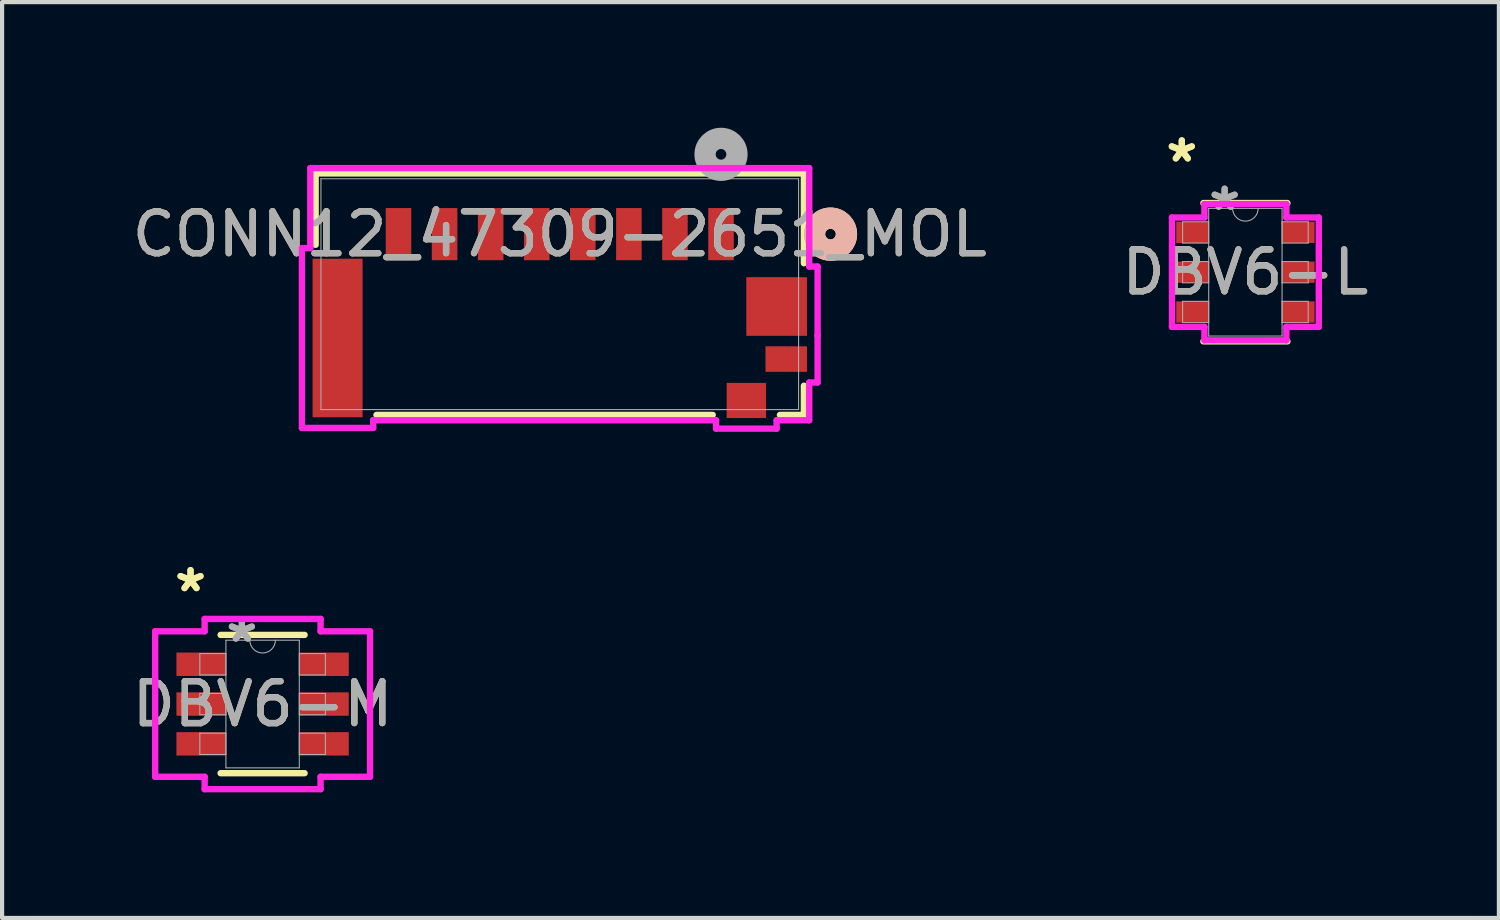
<source format=kicad_pcb>
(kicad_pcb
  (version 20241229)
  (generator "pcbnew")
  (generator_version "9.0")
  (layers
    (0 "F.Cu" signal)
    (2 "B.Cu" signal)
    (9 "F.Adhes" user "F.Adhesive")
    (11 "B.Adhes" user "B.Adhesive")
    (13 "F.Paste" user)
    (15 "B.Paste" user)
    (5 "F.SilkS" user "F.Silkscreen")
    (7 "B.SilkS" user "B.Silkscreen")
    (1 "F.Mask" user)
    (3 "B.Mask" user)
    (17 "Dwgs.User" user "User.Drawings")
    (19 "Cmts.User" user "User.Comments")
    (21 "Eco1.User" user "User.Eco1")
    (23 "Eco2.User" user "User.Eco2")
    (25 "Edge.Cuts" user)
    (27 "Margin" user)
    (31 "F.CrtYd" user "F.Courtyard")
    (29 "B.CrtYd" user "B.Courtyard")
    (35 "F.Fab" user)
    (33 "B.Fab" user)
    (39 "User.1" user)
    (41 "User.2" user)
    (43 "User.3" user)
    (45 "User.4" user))
  (footprint "CONN12_47309-2651_MOL"
    (layer "F.Cu")
    (at 10.315 3.974)
    (property "Reference" "CONN12_47309-2651_MOL" (at 0 -1.434 0) (unlocked yes) (layer "F.SilkS") (effects (font (size 1 1) (thickness 0.15))))
    (attr smd)
    (fp_line (start -5.829 -2.883) (end 5.829 -2.883) (stroke (width 0.152) (type solid)) (layer "F.SilkS"))
    (fp_line (start -5.829 -1.179) (end -5.829 -2.883) (stroke (width 0.152) (type solid)) (layer "F.SilkS"))
    (fp_line (start 3.652 2.883) (end -4.376 2.883) (stroke (width 0.152) (type solid)) (layer "F.SilkS"))
    (fp_line (start 5.829 -2.883) (end 5.829 -0.739) (stroke (width 0.152) (type solid)) (layer "F.SilkS"))
    (fp_line (start 5.829 2.186) (end 5.829 2.883) (stroke (width 0.152) (type solid)) (layer "F.SilkS"))
    (fp_line (start 5.829 2.883) (end 5.257 2.883) (stroke (width 0.152) (type solid)) (layer "F.SilkS"))
    (fp_circle (center 6.464 -1.434) (end 6.845 -1.434) (stroke (width 0.508) (type solid)) (fill no) (layer "F.SilkS"))
    (fp_circle (center 6.464 -1.434) (end 6.845 -1.434) (stroke (width 0.508) (type solid)) (fill no) (layer "B.SilkS"))
    (fp_line (start -6.156 -1.1) (end -6.156 3.193) (stroke (width 0.152) (type solid)) (layer "F.CrtYd"))
    (fp_line (start -6.156 3.193) (end -4.455 3.193) (stroke (width 0.152) (type solid)) (layer "F.CrtYd"))
    (fp_line (start -5.956 -3.01) (end -5.956 -1.1) (stroke (width 0.152) (type solid)) (layer "F.CrtYd"))
    (fp_line (start -5.956 -1.1) (end -6.156 -1.1) (stroke (width 0.152) (type solid)) (layer "F.CrtYd"))
    (fp_line (start -4.455 3.01) (end 3.731 3.01) (stroke (width 0.152) (type solid)) (layer "F.CrtYd"))
    (fp_line (start -4.455 3.193) (end -4.455 3.01) (stroke (width 0.152) (type solid)) (layer "F.CrtYd"))
    (fp_line (start 3.731 3.01) (end 3.731 3.21) (stroke (width 0.152) (type solid)) (layer "F.CrtYd"))
    (fp_line (start 3.731 3.21) (end 5.178 3.21) (stroke (width 0.152) (type solid)) (layer "F.CrtYd"))
    (fp_line (start 5.178 3.01) (end 5.956 3.01) (stroke (width 0.152) (type solid)) (layer "F.CrtYd"))
    (fp_line (start 5.178 3.21) (end 5.178 3.01) (stroke (width 0.152) (type solid)) (layer "F.CrtYd"))
    (fp_line (start 5.956 -3.01) (end -5.956 -3.01) (stroke (width 0.152) (type solid)) (layer "F.CrtYd"))
    (fp_line (start 5.956 -0.66) (end 5.956 -3.01) (stroke (width 0.152) (type solid)) (layer "F.CrtYd"))
    (fp_line (start 5.956 2.108) (end 6.156 2.108) (stroke (width 0.152) (type solid)) (layer "F.CrtYd"))
    (fp_line (start 5.956 3.01) (end 5.956 2.108) (stroke (width 0.152) (type solid)) (layer "F.CrtYd"))
    (fp_line (start 6.156 -0.66) (end 5.956 -0.66) (stroke (width 0.152) (type solid)) (layer "F.CrtYd"))
    (fp_line (start 6.156 0.99) (end 6.156 -0.66) (stroke (width 0.152) (type solid)) (layer "F.CrtYd"))
    (fp_line (start 6.156 0.99) (end 6.156 0.99) (stroke (width 0.152) (type solid)) (layer "F.CrtYd"))
    (fp_line (start 6.156 2.108) (end 6.156 0.99) (stroke (width 0.152) (type solid)) (layer "F.CrtYd"))
    (fp_line (start -5.702 -2.756) (end -5.702 2.756) (stroke (width 0.025) (type solid)) (layer "F.Fab"))
    (fp_line (start -5.702 2.756) (end 5.702 2.756) (stroke (width 0.025) (type solid)) (layer "F.Fab"))
    (fp_line (start 5.702 -2.756) (end -5.702 -2.756) (stroke (width 0.025) (type solid)) (layer "F.Fab"))
    (fp_line (start 5.702 2.756) (end 5.702 -2.756) (stroke (width 0.025) (type solid)) (layer "F.Fab"))
    (fp_circle (center 3.85 -3.339) (end 4.231 -3.339) (stroke (width 0.508) (type solid)) (fill no) (layer "F.Fab"))
    (fp_text user "${REFERENCE}" (at 0 -1.434 0) (unlocked yes) (layer "F.Fab") (effects (font (size 1 1) (thickness 0.15))))
    (pad "1" smd rect (at 3.85 -1.434) (size 0.61 1.245) (layers "F.Cu" "F.Mask" "F.Paste"))
    (pad "2" smd rect (at 2.75 -1.434) (size 0.61 1.245) (layers "F.Cu" "F.Mask" "F.Paste"))
    (pad "3" smd rect (at 1.65 -1.434) (size 0.61 1.245) (layers "F.Cu" "F.Mask" "F.Paste"))
    (pad "4" smd rect (at 0.55 -1.434) (size 0.61 1.245) (layers "F.Cu" "F.Mask" "F.Paste"))
    (pad "5" smd rect (at -0.55 -1.434) (size 0.61 1.245) (layers "F.Cu" "F.Mask" "F.Paste"))
    (pad "6" smd rect (at -1.65 -1.434) (size 0.61 1.245) (layers "F.Cu" "F.Mask" "F.Paste"))
    (pad "7" smd rect (at -2.75 -1.434) (size 0.61 1.245) (layers "F.Cu" "F.Mask" "F.Paste"))
    (pad "8" smd rect (at -3.85 -1.434) (size 0.61 1.245) (layers "F.Cu" "F.Mask" "F.Paste"))
    (pad "G1" smd rect (at -5.305 1.046) (size 1.194 3.785) (layers "F.Cu" "F.Mask" "F.Paste"))
    (pad "G2" smd rect (at 5.178 0.294) (size 1.448 1.4) (layers "F.Cu" "F.Mask" "F.Paste"))
    (pad "G3" smd rect (at 5.407 1.549) (size 0.991 0.61) (layers "F.Cu" "F.Mask" "F.Paste"))
    (pad "G4" smd rect (at 4.455 2.537) (size 0.94 0.838) (layers "F.Cu" "F.Mask" "F.Paste")))
  (footprint "DBV6-M"
    (layer "F.Cu")
    (at 3.22 13.76)
    (property "Reference" "DBV6-M" (at 0 0 0) (unlocked yes) (layer "F.SilkS") (effects (font (size 1 1) (thickness 0.15))))
    (attr smd)
    (fp_line (start -1.003 1.651) (end 1.003 1.651) (stroke (width 0.152) (type solid)) (layer "F.SilkS"))
    (fp_line (start 1.003 -1.651) (end -1.003 -1.651) (stroke (width 0.152) (type solid)) (layer "F.SilkS"))
    (fp_line (start -2.565 -1.737) (end -1.384 -1.737) (stroke (width 0.152) (type solid)) (layer "F.CrtYd"))
    (fp_line (start -2.565 1.737) (end -2.565 -1.737) (stroke (width 0.152) (type solid)) (layer "F.CrtYd"))
    (fp_line (start -2.565 1.737) (end -1.384 1.737) (stroke (width 0.152) (type solid)) (layer "F.CrtYd"))
    (fp_line (start -1.384 -2.032) (end 1.384 -2.032) (stroke (width 0.152) (type solid)) (layer "F.CrtYd"))
    (fp_line (start -1.384 -1.737) (end -1.384 -2.032) (stroke (width 0.152) (type solid)) (layer "F.CrtYd"))
    (fp_line (start -1.384 2.032) (end -1.384 1.737) (stroke (width 0.152) (type solid)) (layer "F.CrtYd"))
    (fp_line (start 1.384 -2.032) (end 1.384 -1.737) (stroke (width 0.152) (type solid)) (layer "F.CrtYd"))
    (fp_line (start 1.384 1.737) (end 1.384 2.032) (stroke (width 0.152) (type solid)) (layer "F.CrtYd"))
    (fp_line (start 1.384 2.032) (end -1.384 2.032) (stroke (width 0.152) (type solid)) (layer "F.CrtYd"))
    (fp_line (start 2.565 -1.737) (end 1.384 -1.737) (stroke (width 0.152) (type solid)) (layer "F.CrtYd"))
    (fp_line (start 2.565 -1.737) (end 2.565 1.737) (stroke (width 0.152) (type solid)) (layer "F.CrtYd"))
    (fp_line (start 2.565 1.737) (end 1.384 1.737) (stroke (width 0.152) (type solid)) (layer "F.CrtYd"))
    (fp_line (start -1.499 -1.204) (end -1.499 -0.696) (stroke (width 0.025) (type solid)) (layer "F.Fab"))
    (fp_line (start -1.499 -0.696) (end -0.876 -0.696) (stroke (width 0.025) (type solid)) (layer "F.Fab"))
    (fp_line (start -1.499 -0.254) (end -1.499 0.254) (stroke (width 0.025) (type solid)) (layer "F.Fab"))
    (fp_line (start -1.499 0.254) (end -0.876 0.254) (stroke (width 0.025) (type solid)) (layer "F.Fab"))
    (fp_line (start -1.499 0.696) (end -1.499 1.204) (stroke (width 0.025) (type solid)) (layer "F.Fab"))
    (fp_line (start -1.499 1.204) (end -0.876 1.204) (stroke (width 0.025) (type solid)) (layer "F.Fab"))
    (fp_line (start -0.876 -1.524) (end -0.876 1.524) (stroke (width 0.025) (type solid)) (layer "F.Fab"))
    (fp_line (start -0.876 -1.204) (end -1.499 -1.204) (stroke (width 0.025) (type solid)) (layer "F.Fab"))
    (fp_line (start -0.876 -0.696) (end -0.876 -1.204) (stroke (width 0.025) (type solid)) (layer "F.Fab"))
    (fp_line (start -0.876 -0.254) (end -1.499 -0.254) (stroke (width 0.025) (type solid)) (layer "F.Fab"))
    (fp_line (start -0.876 0.254) (end -0.876 -0.254) (stroke (width 0.025) (type solid)) (layer "F.Fab"))
    (fp_line (start -0.876 0.696) (end -1.499 0.696) (stroke (width 0.025) (type solid)) (layer "F.Fab"))
    (fp_line (start -0.876 1.204) (end -0.876 0.696) (stroke (width 0.025) (type solid)) (layer "F.Fab"))
    (fp_line (start -0.876 1.524) (end 0.876 1.524) (stroke (width 0.025) (type solid)) (layer "F.Fab"))
    (fp_line (start 0.876 -1.524) (end -0.876 -1.524) (stroke (width 0.025) (type solid)) (layer "F.Fab"))
    (fp_line (start 0.876 -1.204) (end 0.876 -0.696) (stroke (width 0.025) (type solid)) (layer "F.Fab"))
    (fp_line (start 0.876 -0.696) (end 1.499 -0.696) (stroke (width 0.025) (type solid)) (layer "F.Fab"))
    (fp_line (start 0.876 -0.254) (end 0.876 0.254) (stroke (width 0.025) (type solid)) (layer "F.Fab"))
    (fp_line (start 0.876 0.254) (end 1.499 0.254) (stroke (width 0.025) (type solid)) (layer "F.Fab"))
    (fp_line (start 0.876 0.696) (end 0.876 1.204) (stroke (width 0.025) (type solid)) (layer "F.Fab"))
    (fp_line (start 0.876 1.204) (end 1.499 1.204) (stroke (width 0.025) (type solid)) (layer "F.Fab"))
    (fp_line (start 0.876 1.524) (end 0.876 -1.524) (stroke (width 0.025) (type solid)) (layer "F.Fab"))
    (fp_line (start 1.499 -1.204) (end 0.876 -1.204) (stroke (width 0.025) (type solid)) (layer "F.Fab"))
    (fp_line (start 1.499 -0.696) (end 1.499 -1.204) (stroke (width 0.025) (type solid)) (layer "F.Fab"))
    (fp_line (start 1.499 -0.254) (end 0.876 -0.254) (stroke (width 0.025) (type solid)) (layer "F.Fab"))
    (fp_line (start 1.499 0.254) (end 1.499 -0.254) (stroke (width 0.025) (type solid)) (layer "F.Fab"))
    (fp_line (start 1.499 0.696) (end 0.876 0.696) (stroke (width 0.025) (type solid)) (layer "F.Fab"))
    (fp_line (start 1.499 1.204) (end 1.499 0.696) (stroke (width 0.025) (type solid)) (layer "F.Fab"))
    (fp_arc (start 0.3048 -1.524) (mid 0 -1.2192) (end -0.3048 -1.524) (stroke (width 0.0254) (type solid)) (layer "F.Fab"))
    (fp_text user "*" (at -1.721 -2.652 0) (unlocked yes) (layer "F.SilkS") (effects (font (size 1 1) (thickness 0.15))))
    (fp_text user "*" (at -1.721 -2.652 0) (layer "F.SilkS") (effects (font (size 1 1) (thickness 0.15))))
    (fp_text user "*" (at -0.495 -1.448 0) (layer "F.Fab") (effects (font (size 1 1) (thickness 0.15))))
    (fp_text user "${REFERENCE}" (at 0 0 0) (unlocked yes) (layer "F.Fab") (effects (font (size 1 1) (thickness 0.15))))
    (fp_text user "*" (at -0.495 -1.448 0) (unlocked yes) (layer "F.Fab") (effects (font (size 1 1) (thickness 0.15))))
    (pad "1" smd rect (at -1.467 -0.95) (size 1.181 0.559) (layers "F.Cu" "F.Mask" "F.Paste"))
    (pad "2" smd rect (at -1.467 0) (size 1.181 0.559) (layers "F.Cu" "F.Mask" "F.Paste"))
    (pad "3" smd rect (at -1.467 0.95) (size 1.181 0.559) (layers "F.Cu" "F.Mask" "F.Paste"))
    (pad "4" smd rect (at 1.467 0.95) (size 1.181 0.559) (layers "F.Cu" "F.Mask" "F.Paste"))
    (pad "5" smd rect (at 1.467 0) (size 1.181 0.559) (layers "F.Cu" "F.Mask" "F.Paste"))
    (pad "6" smd rect (at 1.467 -0.95) (size 1.181 0.559) (layers "F.Cu" "F.Mask" "F.Paste")))
  (footprint "DBV6-L"
    (layer "F.Cu")
    (at 26.685 3.449)
    (property "Reference" "DBV6-L" (at 0 0 0) (unlocked yes) (layer "F.SilkS") (effects (font (size 1 1) (thickness 0.15))))
    (attr smd)
    (fp_line (start -1.003 1.651) (end 1.003 1.651) (stroke (width 0.152) (type solid)) (layer "F.SilkS"))
    (fp_line (start 1.003 -1.651) (end -1.003 -1.651) (stroke (width 0.152) (type solid)) (layer "F.SilkS"))
    (fp_line (start -1.753 -1.306) (end -0.978 -1.306) (stroke (width 0.152) (type solid)) (layer "F.CrtYd"))
    (fp_line (start -1.753 1.306) (end -1.753 -1.306) (stroke (width 0.152) (type solid)) (layer "F.CrtYd"))
    (fp_line (start -1.753 1.306) (end -0.978 1.306) (stroke (width 0.152) (type solid)) (layer "F.CrtYd"))
    (fp_line (start -0.978 -1.626) (end 0.978 -1.626) (stroke (width 0.152) (type solid)) (layer "F.CrtYd"))
    (fp_line (start -0.978 -1.306) (end -0.978 -1.626) (stroke (width 0.152) (type solid)) (layer "F.CrtYd"))
    (fp_line (start -0.978 1.626) (end -0.978 1.306) (stroke (width 0.152) (type solid)) (layer "F.CrtYd"))
    (fp_line (start 0.978 -1.626) (end 0.978 -1.306) (stroke (width 0.152) (type solid)) (layer "F.CrtYd"))
    (fp_line (start 0.978 1.306) (end 0.978 1.626) (stroke (width 0.152) (type solid)) (layer "F.CrtYd"))
    (fp_line (start 0.978 1.626) (end -0.978 1.626) (stroke (width 0.152) (type solid)) (layer "F.CrtYd"))
    (fp_line (start 1.753 -1.306) (end 0.978 -1.306) (stroke (width 0.152) (type solid)) (layer "F.CrtYd"))
    (fp_line (start 1.753 -1.306) (end 1.753 1.306) (stroke (width 0.152) (type solid)) (layer "F.CrtYd"))
    (fp_line (start 1.753 1.306) (end 0.978 1.306) (stroke (width 0.152) (type solid)) (layer "F.CrtYd"))
    (fp_line (start -1.499 -1.204) (end -1.499 -0.696) (stroke (width 0.025) (type solid)) (layer "F.Fab"))
    (fp_line (start -1.499 -0.696) (end -0.876 -0.696) (stroke (width 0.025) (type solid)) (layer "F.Fab"))
    (fp_line (start -1.499 -0.254) (end -1.499 0.254) (stroke (width 0.025) (type solid)) (layer "F.Fab"))
    (fp_line (start -1.499 0.254) (end -0.876 0.254) (stroke (width 0.025) (type solid)) (layer "F.Fab"))
    (fp_line (start -1.499 0.696) (end -1.499 1.204) (stroke (width 0.025) (type solid)) (layer "F.Fab"))
    (fp_line (start -1.499 1.204) (end -0.876 1.204) (stroke (width 0.025) (type solid)) (layer "F.Fab"))
    (fp_line (start -0.876 -1.524) (end -0.876 1.524) (stroke (width 0.025) (type solid)) (layer "F.Fab"))
    (fp_line (start -0.876 -1.204) (end -1.499 -1.204) (stroke (width 0.025) (type solid)) (layer "F.Fab"))
    (fp_line (start -0.876 -0.696) (end -0.876 -1.204) (stroke (width 0.025) (type solid)) (layer "F.Fab"))
    (fp_line (start -0.876 -0.254) (end -1.499 -0.254) (stroke (width 0.025) (type solid)) (layer "F.Fab"))
    (fp_line (start -0.876 0.254) (end -0.876 -0.254) (stroke (width 0.025) (type solid)) (layer "F.Fab"))
    (fp_line (start -0.876 0.696) (end -1.499 0.696) (stroke (width 0.025) (type solid)) (layer "F.Fab"))
    (fp_line (start -0.876 1.204) (end -0.876 0.696) (stroke (width 0.025) (type solid)) (layer "F.Fab"))
    (fp_line (start -0.876 1.524) (end 0.876 1.524) (stroke (width 0.025) (type solid)) (layer "F.Fab"))
    (fp_line (start 0.876 -1.524) (end -0.876 -1.524) (stroke (width 0.025) (type solid)) (layer "F.Fab"))
    (fp_line (start 0.876 -1.204) (end 0.876 -0.696) (stroke (width 0.025) (type solid)) (layer "F.Fab"))
    (fp_line (start 0.876 -0.696) (end 1.499 -0.696) (stroke (width 0.025) (type solid)) (layer "F.Fab"))
    (fp_line (start 0.876 -0.254) (end 0.876 0.254) (stroke (width 0.025) (type solid)) (layer "F.Fab"))
    (fp_line (start 0.876 0.254) (end 1.499 0.254) (stroke (width 0.025) (type solid)) (layer "F.Fab"))
    (fp_line (start 0.876 0.696) (end 0.876 1.204) (stroke (width 0.025) (type solid)) (layer "F.Fab"))
    (fp_line (start 0.876 1.204) (end 1.499 1.204) (stroke (width 0.025) (type solid)) (layer "F.Fab"))
    (fp_line (start 0.876 1.524) (end 0.876 -1.524) (stroke (width 0.025) (type solid)) (layer "F.Fab"))
    (fp_line (start 1.499 -1.204) (end 0.876 -1.204) (stroke (width 0.025) (type solid)) (layer "F.Fab"))
    (fp_line (start 1.499 -0.696) (end 1.499 -1.204) (stroke (width 0.025) (type solid)) (layer "F.Fab"))
    (fp_line (start 1.499 -0.254) (end 0.876 -0.254) (stroke (width 0.025) (type solid)) (layer "F.Fab"))
    (fp_line (start 1.499 0.254) (end 1.499 -0.254) (stroke (width 0.025) (type solid)) (layer "F.Fab"))
    (fp_line (start 1.499 0.696) (end 0.876 0.696) (stroke (width 0.025) (type solid)) (layer "F.Fab"))
    (fp_line (start 1.499 1.204) (end 1.499 0.696) (stroke (width 0.025) (type solid)) (layer "F.Fab"))
    (fp_arc (start 0.3048 -1.524) (mid 0 -1.2192) (end -0.3048 -1.524) (stroke (width 0.0254) (type solid)) (layer "F.Fab"))
    (fp_text user "*" (at -1.518 -2.601 0) (layer "F.SilkS") (effects (font (size 1 1) (thickness 0.15))))
    (fp_text user "*" (at -1.518 -2.601 0) (unlocked yes) (layer "F.SilkS") (effects (font (size 1 1) (thickness 0.15))))
    (fp_text user "${REFERENCE}" (at 0 0 0) (unlocked yes) (layer "F.Fab") (effects (font (size 1 1) (thickness 0.15))))
    (fp_text user "*" (at -0.495 -1.448 0) (unlocked yes) (layer "F.Fab") (effects (font (size 1 1) (thickness 0.15))))
    (fp_text user "*" (at -0.495 -1.448 0) (layer "F.Fab") (effects (font (size 1 1) (thickness 0.15))))
    (pad "1" smd rect (at -1.264 -0.95) (size 0.775 0.508) (layers "F.Cu" "F.Mask" "F.Paste"))
    (pad "2" smd rect (at -1.264 0) (size 0.775 0.508) (layers "F.Cu" "F.Mask" "F.Paste"))
    (pad "3" smd rect (at -1.264 0.95) (size 0.775 0.508) (layers "F.Cu" "F.Mask" "F.Paste"))
    (pad "4" smd rect (at 1.264 0.95) (size 0.775 0.508) (layers "F.Cu" "F.Mask" "F.Paste"))
    (pad "5" smd rect (at 1.264 0) (size 0.775 0.508) (layers "F.Cu" "F.Mask" "F.Paste"))
    (pad "6" smd rect (at 1.264 -0.95) (size 0.775 0.508) (layers "F.Cu" "F.Mask" "F.Paste")))
  (gr_rect
    (start -3 -3)
    (end 32.738 18.868)
    (stroke (width 0.1) (type default))
    (fill no)
    (layer "Edge.Cuts")))
</source>
